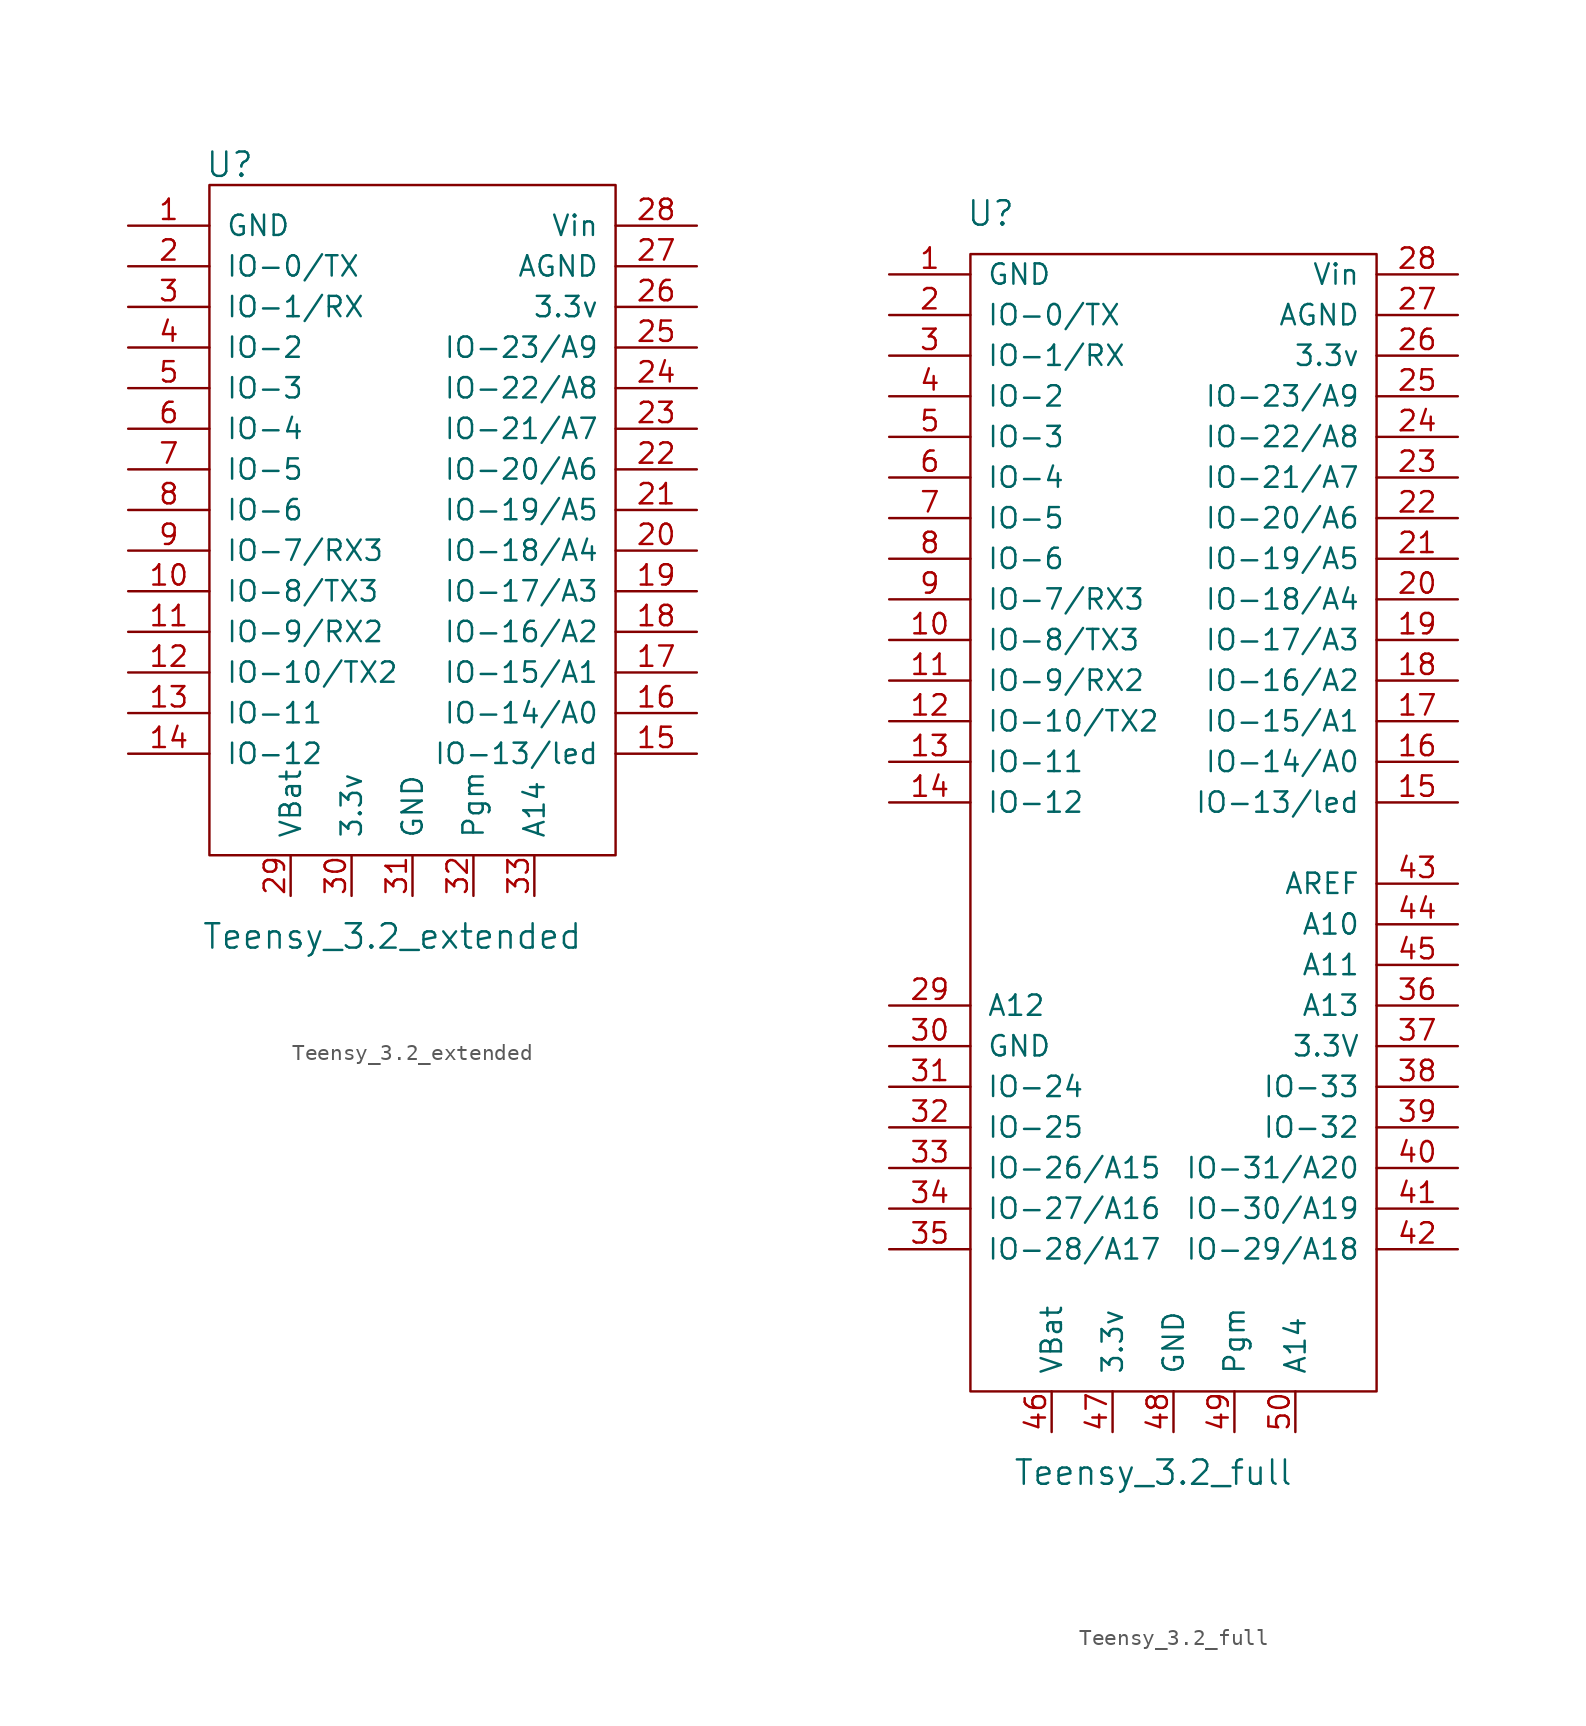
<source format=kicad_sym>
(kicad_symbol_lib
  (version 20211014)
  (generator kicad_symbol_editor)
  (symbol "Teensy_3.2_extended"
    (pin_names
      (offset 1.016))
    (property "Reference" "U"
      (at -11.43 43.18 0)
      (effects (font (size 1.524 1.524))))
    (property "Value" "Teensy_3.2_extended"
      (at -1.27 -5.08 0)
      (effects (font (size 1.524 1.524))))
    (property "Footprint" ""
      (at 1.27 3.81 0)
      (effects (font (size 1.524 1.524))))
    (property "Datasheet" ""
      (at 1.27 3.81 0)
      (effects (font (size 1.524 1.524))))
    (symbol "Teensy_3.2_extended_0_1"
      (rectangle (start -12.7 41.91) (end 12.7 0) (stroke (width 0) (type default) (color 0 0 0 0)) (fill (type none))))
    (symbol "Teensy_3.2_extended_1_1"
      (pin power_in line (at -17.78 39.37 0) (length 5.08) (name "GND" (effects (font (size 1.27 1.27)))) (number "1" (effects (font (size 1.27 1.27)))))
      (pin bidirectional line (at -17.78 16.51 0) (length 5.08) (name "IO-8/TX3" (effects (font (size 1.27 1.27)))) (number "10" (effects (font (size 1.27 1.27)))))
      (pin bidirectional line (at -17.78 13.97 0) (length 5.08) (name "IO-9/RX2" (effects (font (size 1.27 1.27)))) (number "11" (effects (font (size 1.27 1.27)))))
      (pin bidirectional line (at -17.78 11.43 0) (length 5.08) (name "IO-10/TX2" (effects (font (size 1.27 1.27)))) (number "12" (effects (font (size 1.27 1.27)))))
      (pin bidirectional line (at -17.78 8.89 0) (length 5.08) (name "IO-11" (effects (font (size 1.27 1.27)))) (number "13" (effects (font (size 1.27 1.27)))))
      (pin bidirectional line (at -17.78 6.35 0) (length 5.08) (name "IO-12" (effects (font (size 1.27 1.27)))) (number "14" (effects (font (size 1.27 1.27)))))
      (pin bidirectional line (at 17.78 6.35 180) (length 5.08) (name "IO-13/led" (effects (font (size 1.27 1.27)))) (number "15" (effects (font (size 1.27 1.27)))))
      (pin bidirectional line (at 17.78 8.89 180) (length 5.08) (name "IO-14/A0" (effects (font (size 1.27 1.27)))) (number "16" (effects (font (size 1.27 1.27)))))
      (pin bidirectional line (at 17.78 11.43 180) (length 5.08) (name "IO-15/A1" (effects (font (size 1.27 1.27)))) (number "17" (effects (font (size 1.27 1.27)))))
      (pin bidirectional line (at 17.78 13.97 180) (length 5.08) (name "IO-16/A2" (effects (font (size 1.27 1.27)))) (number "18" (effects (font (size 1.27 1.27)))))
      (pin bidirectional line (at 17.78 16.51 180) (length 5.08) (name "IO-17/A3" (effects (font (size 1.27 1.27)))) (number "19" (effects (font (size 1.27 1.27)))))
      (pin bidirectional line (at -17.78 36.83 0) (length 5.08) (name "IO-0/TX" (effects (font (size 1.27 1.27)))) (number "2" (effects (font (size 1.27 1.27)))))
      (pin bidirectional line (at 17.78 19.05 180) (length 5.08) (name "IO-18/A4" (effects (font (size 1.27 1.27)))) (number "20" (effects (font (size 1.27 1.27)))))
      (pin bidirectional line (at 17.78 21.59 180) (length 5.08) (name "IO-19/A5" (effects (font (size 1.27 1.27)))) (number "21" (effects (font (size 1.27 1.27)))))
      (pin bidirectional line (at 17.78 24.13 180) (length 5.08) (name "IO-20/A6" (effects (font (size 1.27 1.27)))) (number "22" (effects (font (size 1.27 1.27)))))
      (pin bidirectional line (at 17.78 26.67 180) (length 5.08) (name "IO-21/A7" (effects (font (size 1.27 1.27)))) (number "23" (effects (font (size 1.27 1.27)))))
      (pin bidirectional line (at 17.78 29.21 180) (length 5.08) (name "IO-22/A8" (effects (font (size 1.27 1.27)))) (number "24" (effects (font (size 1.27 1.27)))))
      (pin bidirectional line (at 17.78 31.75 180) (length 5.08) (name "IO-23/A9" (effects (font (size 1.27 1.27)))) (number "25" (effects (font (size 1.27 1.27)))))
      (pin power_in line (at 17.78 34.29 180) (length 5.08) (name "3.3v" (effects (font (size 1.27 1.27)))) (number "26" (effects (font (size 1.27 1.27)))))
      (pin power_in line (at 17.78 36.83 180) (length 5.08) (name "AGND" (effects (font (size 1.27 1.27)))) (number "27" (effects (font (size 1.27 1.27)))))
      (pin power_in line (at 17.78 39.37 180) (length 5.08) (name "Vin" (effects (font (size 1.27 1.27)))) (number "28" (effects (font (size 1.27 1.27)))))
      (pin input line (at -7.62 -2.54 90) (length 2.54) (name "VBat" (effects (font (size 1.27 1.27)))) (number "29" (effects (font (size 1.27 1.27)))))
      (pin bidirectional line (at -17.78 34.29 0) (length 5.08) (name "IO-1/RX" (effects (font (size 1.27 1.27)))) (number "3" (effects (font (size 1.27 1.27)))))
      (pin input line (at -3.81 -2.54 90) (length 2.54) (name "3.3v" (effects (font (size 1.27 1.27)))) (number "30" (effects (font (size 1.27 1.27)))))
      (pin input line (at 0 -2.54 90) (length 2.54) (name "GND" (effects (font (size 1.27 1.27)))) (number "31" (effects (font (size 1.27 1.27)))))
      (pin input line (at 3.81 -2.54 90) (length 2.54) (name "Pgm" (effects (font (size 1.27 1.27)))) (number "32" (effects (font (size 1.27 1.27)))))
      (pin input line (at 7.62 -2.54 90) (length 2.54) (name "A14" (effects (font (size 1.27 1.27)))) (number "33" (effects (font (size 1.27 1.27)))))
      (pin bidirectional line (at -17.78 31.75 0) (length 5.08) (name "IO-2" (effects (font (size 1.27 1.27)))) (number "4" (effects (font (size 1.27 1.27)))))
      (pin bidirectional line (at -17.78 29.21 0) (length 5.08) (name "IO-3" (effects (font (size 1.27 1.27)))) (number "5" (effects (font (size 1.27 1.27)))))
      (pin bidirectional line (at -17.78 26.67 0) (length 5.08) (name "IO-4" (effects (font (size 1.27 1.27)))) (number "6" (effects (font (size 1.27 1.27)))))
      (pin bidirectional line (at -17.78 24.13 0) (length 5.08) (name "IO-5" (effects (font (size 1.27 1.27)))) (number "7" (effects (font (size 1.27 1.27)))))
      (pin bidirectional line (at -17.78 21.59 0) (length 5.08) (name "IO-6" (effects (font (size 1.27 1.27)))) (number "8" (effects (font (size 1.27 1.27)))))
      (pin bidirectional line (at -17.78 19.05 0) (length 5.08) (name "IO-7/RX3" (effects (font (size 1.27 1.27)))) (number "9" (effects (font (size 1.27 1.27)))))))
  (symbol "Teensy_3.2_full"
    (pin_names
      (offset 1.016))
    (property "Reference" "U"
      (at -11.43 73.66 0)
      (effects (font (size 1.524 1.524))))
    (property "Value" "Teensy_3.2_full"
      (at -1.27 -5.08 0)
      (effects (font (size 1.524 1.524))))
    (property "Footprint" ""
      (at 1.27 24.13 0)
      (effects (font (size 1.524 1.524))))
    (property "Datasheet" ""
      (at 1.27 24.13 0)
      (effects (font (size 1.524 1.524))))
    (symbol "Teensy_3.2_full_0_1"
      (rectangle (start -12.7 71.12) (end 12.7 0) (stroke (width 0) (type default) (color 0 0 0 0)) (fill (type none))))
    (symbol "Teensy_3.2_full_1_1"
      (pin power_in line (at -17.78 69.85 0) (length 5.08) (name "GND" (effects (font (size 1.27 1.27)))) (number "1" (effects (font (size 1.27 1.27)))))
      (pin bidirectional line (at -17.78 46.99 0) (length 5.08) (name "IO-8/TX3" (effects (font (size 1.27 1.27)))) (number "10" (effects (font (size 1.27 1.27)))))
      (pin bidirectional line (at -17.78 44.45 0) (length 5.08) (name "IO-9/RX2" (effects (font (size 1.27 1.27)))) (number "11" (effects (font (size 1.27 1.27)))))
      (pin bidirectional line (at -17.78 41.91 0) (length 5.08) (name "IO-10/TX2" (effects (font (size 1.27 1.27)))) (number "12" (effects (font (size 1.27 1.27)))))
      (pin bidirectional line (at -17.78 39.37 0) (length 5.08) (name "IO-11" (effects (font (size 1.27 1.27)))) (number "13" (effects (font (size 1.27 1.27)))))
      (pin bidirectional line (at -17.78 36.83 0) (length 5.08) (name "IO-12" (effects (font (size 1.27 1.27)))) (number "14" (effects (font (size 1.27 1.27)))))
      (pin bidirectional line (at 17.78 36.83 180) (length 5.08) (name "IO-13/led" (effects (font (size 1.27 1.27)))) (number "15" (effects (font (size 1.27 1.27)))))
      (pin bidirectional line (at 17.78 39.37 180) (length 5.08) (name "IO-14/A0" (effects (font (size 1.27 1.27)))) (number "16" (effects (font (size 1.27 1.27)))))
      (pin bidirectional line (at 17.78 41.91 180) (length 5.08) (name "IO-15/A1" (effects (font (size 1.27 1.27)))) (number "17" (effects (font (size 1.27 1.27)))))
      (pin bidirectional line (at 17.78 44.45 180) (length 5.08) (name "IO-16/A2" (effects (font (size 1.27 1.27)))) (number "18" (effects (font (size 1.27 1.27)))))
      (pin bidirectional line (at 17.78 46.99 180) (length 5.08) (name "IO-17/A3" (effects (font (size 1.27 1.27)))) (number "19" (effects (font (size 1.27 1.27)))))
      (pin bidirectional line (at -17.78 67.31 0) (length 5.08) (name "IO-0/TX" (effects (font (size 1.27 1.27)))) (number "2" (effects (font (size 1.27 1.27)))))
      (pin bidirectional line (at 17.78 49.53 180) (length 5.08) (name "IO-18/A4" (effects (font (size 1.27 1.27)))) (number "20" (effects (font (size 1.27 1.27)))))
      (pin bidirectional line (at 17.78 52.07 180) (length 5.08) (name "IO-19/A5" (effects (font (size 1.27 1.27)))) (number "21" (effects (font (size 1.27 1.27)))))
      (pin bidirectional line (at 17.78 54.61 180) (length 5.08) (name "IO-20/A6" (effects (font (size 1.27 1.27)))) (number "22" (effects (font (size 1.27 1.27)))))
      (pin bidirectional line (at 17.78 57.15 180) (length 5.08) (name "IO-21/A7" (effects (font (size 1.27 1.27)))) (number "23" (effects (font (size 1.27 1.27)))))
      (pin bidirectional line (at 17.78 59.69 180) (length 5.08) (name "IO-22/A8" (effects (font (size 1.27 1.27)))) (number "24" (effects (font (size 1.27 1.27)))))
      (pin bidirectional line (at 17.78 62.23 180) (length 5.08) (name "IO-23/A9" (effects (font (size 1.27 1.27)))) (number "25" (effects (font (size 1.27 1.27)))))
      (pin power_in line (at 17.78 64.77 180) (length 5.08) (name "3.3v" (effects (font (size 1.27 1.27)))) (number "26" (effects (font (size 1.27 1.27)))))
      (pin power_in line (at 17.78 67.31 180) (length 5.08) (name "AGND" (effects (font (size 1.27 1.27)))) (number "27" (effects (font (size 1.27 1.27)))))
      (pin power_in line (at 17.78 69.85 180) (length 5.08) (name "Vin" (effects (font (size 1.27 1.27)))) (number "28" (effects (font (size 1.27 1.27)))))
      (pin input line (at -17.78 24.13 0) (length 5.08) (name "A12" (effects (font (size 1.27 1.27)))) (number "29" (effects (font (size 1.27 1.27)))))
      (pin bidirectional line (at -17.78 64.77 0) (length 5.08) (name "IO-1/RX" (effects (font (size 1.27 1.27)))) (number "3" (effects (font (size 1.27 1.27)))))
      (pin input line (at -17.78 21.59 0) (length 5.08) (name "GND" (effects (font (size 1.27 1.27)))) (number "30" (effects (font (size 1.27 1.27)))))
      (pin input line (at -17.78 19.05 0) (length 5.08) (name "IO-24" (effects (font (size 1.27 1.27)))) (number "31" (effects (font (size 1.27 1.27)))))
      (pin input line (at -17.78 16.51 0) (length 5.08) (name "IO-25" (effects (font (size 1.27 1.27)))) (number "32" (effects (font (size 1.27 1.27)))))
      (pin input line (at -17.78 13.97 0) (length 5.08) (name "IO-26/A15" (effects (font (size 1.27 1.27)))) (number "33" (effects (font (size 1.27 1.27)))))
      (pin input line (at -17.78 11.43 0) (length 5.08) (name "IO-27/A16" (effects (font (size 1.27 1.27)))) (number "34" (effects (font (size 1.27 1.27)))))
      (pin input line (at -17.78 8.89 0) (length 5.08) (name "IO-28/A17" (effects (font (size 1.27 1.27)))) (number "35" (effects (font (size 1.27 1.27)))))
      (pin input line (at 17.78 24.13 180) (length 5.08) (name "A13" (effects (font (size 1.27 1.27)))) (number "36" (effects (font (size 1.27 1.27)))))
      (pin input line (at 17.78 21.59 180) (length 5.08) (name "3.3V" (effects (font (size 1.27 1.27)))) (number "37" (effects (font (size 1.27 1.27)))))
      (pin input line (at 17.78 19.05 180) (length 5.08) (name "IO-33" (effects (font (size 1.27 1.27)))) (number "38" (effects (font (size 1.27 1.27)))))
      (pin input line (at 17.78 16.51 180) (length 5.08) (name "IO-32" (effects (font (size 1.27 1.27)))) (number "39" (effects (font (size 1.27 1.27)))))
      (pin bidirectional line (at -17.78 62.23 0) (length 5.08) (name "IO-2" (effects (font (size 1.27 1.27)))) (number "4" (effects (font (size 1.27 1.27)))))
      (pin input line (at 17.78 13.97 180) (length 5.08) (name "IO-31/A20" (effects (font (size 1.27 1.27)))) (number "40" (effects (font (size 1.27 1.27)))))
      (pin input line (at 17.78 11.43 180) (length 5.08) (name "IO-30/A19" (effects (font (size 1.27 1.27)))) (number "41" (effects (font (size 1.27 1.27)))))
      (pin input line (at 17.78 8.89 180) (length 5.08) (name "IO-29/A18" (effects (font (size 1.27 1.27)))) (number "42" (effects (font (size 1.27 1.27)))))
      (pin input line (at 17.78 31.75 180) (length 5.08) (name "AREF" (effects (font (size 1.27 1.27)))) (number "43" (effects (font (size 1.27 1.27)))))
      (pin input line (at 17.78 29.21 180) (length 5.08) (name "A10" (effects (font (size 1.27 1.27)))) (number "44" (effects (font (size 1.27 1.27)))))
      (pin input line (at 17.78 26.67 180) (length 5.08) (name "A11" (effects (font (size 1.27 1.27)))) (number "45" (effects (font (size 1.27 1.27)))))
      (pin input line (at -7.62 -2.54 90) (length 2.54) (name "VBat" (effects (font (size 1.27 1.27)))) (number "46" (effects (font (size 1.27 1.27)))))
      (pin input line (at -3.81 -2.54 90) (length 2.54) (name "3.3v" (effects (font (size 1.27 1.27)))) (number "47" (effects (font (size 1.27 1.27)))))
      (pin input line (at 0 -2.54 90) (length 2.54) (name "GND" (effects (font (size 1.27 1.27)))) (number "48" (effects (font (size 1.27 1.27)))))
      (pin input line (at 3.81 -2.54 90) (length 2.54) (name "Pgm" (effects (font (size 1.27 1.27)))) (number "49" (effects (font (size 1.27 1.27)))))
      (pin bidirectional line (at -17.78 59.69 0) (length 5.08) (name "IO-3" (effects (font (size 1.27 1.27)))) (number "5" (effects (font (size 1.27 1.27)))))
      (pin input line (at 7.62 -2.54 90) (length 2.54) (name "A14" (effects (font (size 1.27 1.27)))) (number "50" (effects (font (size 1.27 1.27)))))
      (pin bidirectional line (at -17.78 57.15 0) (length 5.08) (name "IO-4" (effects (font (size 1.27 1.27)))) (number "6" (effects (font (size 1.27 1.27)))))
      (pin bidirectional line (at -17.78 54.61 0) (length 5.08) (name "IO-5" (effects (font (size 1.27 1.27)))) (number "7" (effects (font (size 1.27 1.27)))))
      (pin bidirectional line (at -17.78 52.07 0) (length 5.08) (name "IO-6" (effects (font (size 1.27 1.27)))) (number "8" (effects (font (size 1.27 1.27)))))
      (pin bidirectional line (at -17.78 49.53 0) (length 5.08) (name "IO-7/RX3" (effects (font (size 1.27 1.27)))) (number "9" (effects (font (size 1.27 1.27))))))))
</source>
